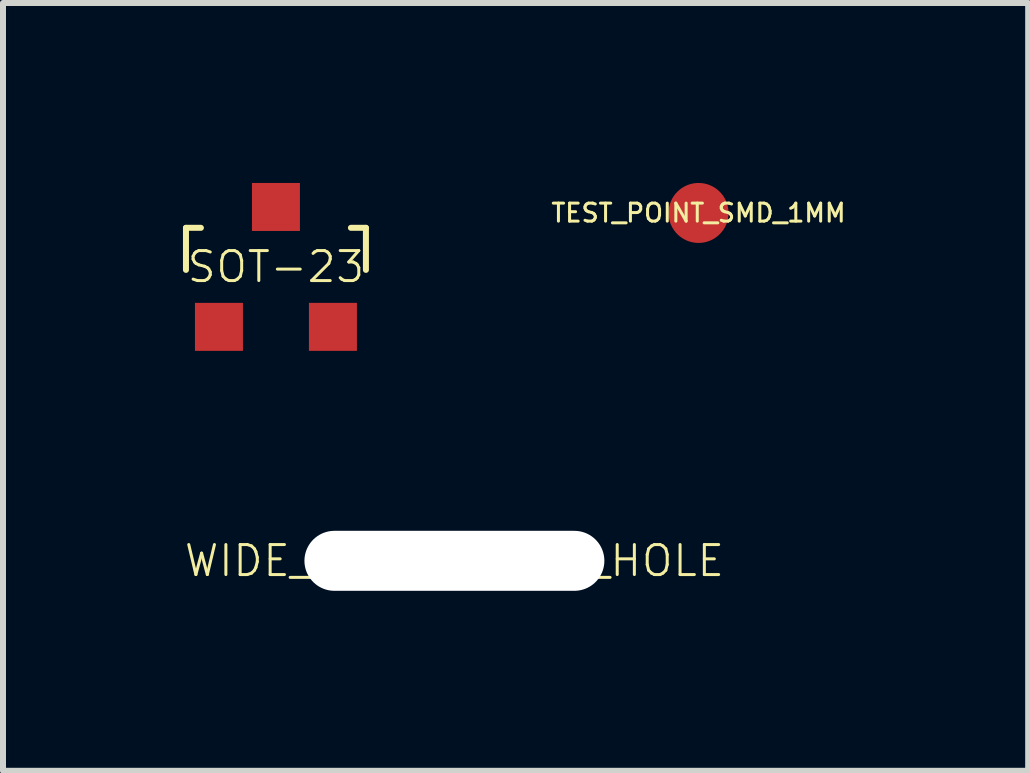
<source format=kicad_pcb>
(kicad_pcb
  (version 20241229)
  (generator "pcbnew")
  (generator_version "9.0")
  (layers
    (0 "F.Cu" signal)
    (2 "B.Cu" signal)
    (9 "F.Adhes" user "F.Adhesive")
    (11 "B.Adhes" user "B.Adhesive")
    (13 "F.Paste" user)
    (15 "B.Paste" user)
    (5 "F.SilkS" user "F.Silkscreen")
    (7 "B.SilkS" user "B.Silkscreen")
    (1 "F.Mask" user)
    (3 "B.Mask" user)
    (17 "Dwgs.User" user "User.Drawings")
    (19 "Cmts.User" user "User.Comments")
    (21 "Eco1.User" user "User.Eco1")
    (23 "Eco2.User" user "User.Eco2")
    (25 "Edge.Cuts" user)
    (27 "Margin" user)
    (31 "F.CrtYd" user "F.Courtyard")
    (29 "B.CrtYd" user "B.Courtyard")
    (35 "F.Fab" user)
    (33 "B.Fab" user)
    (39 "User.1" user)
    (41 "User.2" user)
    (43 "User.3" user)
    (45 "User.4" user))
  (footprint "TEST_POINT_SMD_1MM"
    (layer "F.Cu")
    (at 8.595 0.5)
    (property "Reference" "TEST_POINT_SMD_1MM" (at 0 0 0) (layer "F.SilkS") (effects (font (size 0.3 0.3) (thickness 0.05))))
    (attr through_hole)
    (pad "1" smd circle (at 0 0) (size 1 1) (layers "F.Cu" "F.Mask")))
  (footprint "SOT-23"
    (layer "F.Cu")
    (at 1.55 1.398)
    (property "Reference" "SOT-23" (at 0 0 0) (layer "F.SilkS") (effects (font (size 0.5 0.5) (thickness 0.05))))
    (attr smd)
    (fp_line (start -1.5 -0.65) (end -1.251 -0.65) (stroke (width 0.1) (type solid)) (layer "F.SilkS"))
    (fp_line (start -1.5 0.051) (end -1.5 -0.65) (stroke (width 0.1) (type solid)) (layer "F.SilkS"))
    (fp_line (start 1.5 -0.65) (end 1.5 0.051) (stroke (width 0.1) (type solid)) (layer "F.SilkS"))
    (fp_line (start 1.5 -0.65) (end 1.25 -0.65) (stroke (width 0.1) (type solid)) (layer "F.SilkS"))
    (pad "1" smd rect (at -0.95 1.001) (size 0.8 0.8) (layers "F.Cu" "F.Mask" "F.Paste"))
    (pad "2" smd rect (at 0.95 1.001) (size 0.8 0.8) (layers "F.Cu" "F.Mask" "F.Paste"))
    (pad "3" smd rect (at 0 -0.998) (size 0.8 0.8) (layers "F.Cu" "F.Mask" "F.Paste")))
  (footprint "WIDE_MECHANICAL_HOLE"
    (layer "F.Cu")
    (at 4.525 6.299)
    (property "Reference" "WIDE_MECHANICAL_HOLE" (at 0 0 0) (layer "F.SilkS") (effects (font (size 0.5 0.5) (thickness 0.05))))
    (attr through_hole)
    (pad "" np_thru_hole oval (at 0 0) (size 5 1) (drill oval 5 1) (layers "*.Cu" "*.Mask")))
  (gr_rect
    (start -3 -3)
    (end 14.09 9.799)
    (stroke (width 0.1) (type default))
    (fill no)
    (layer "Edge.Cuts")))
</source>
